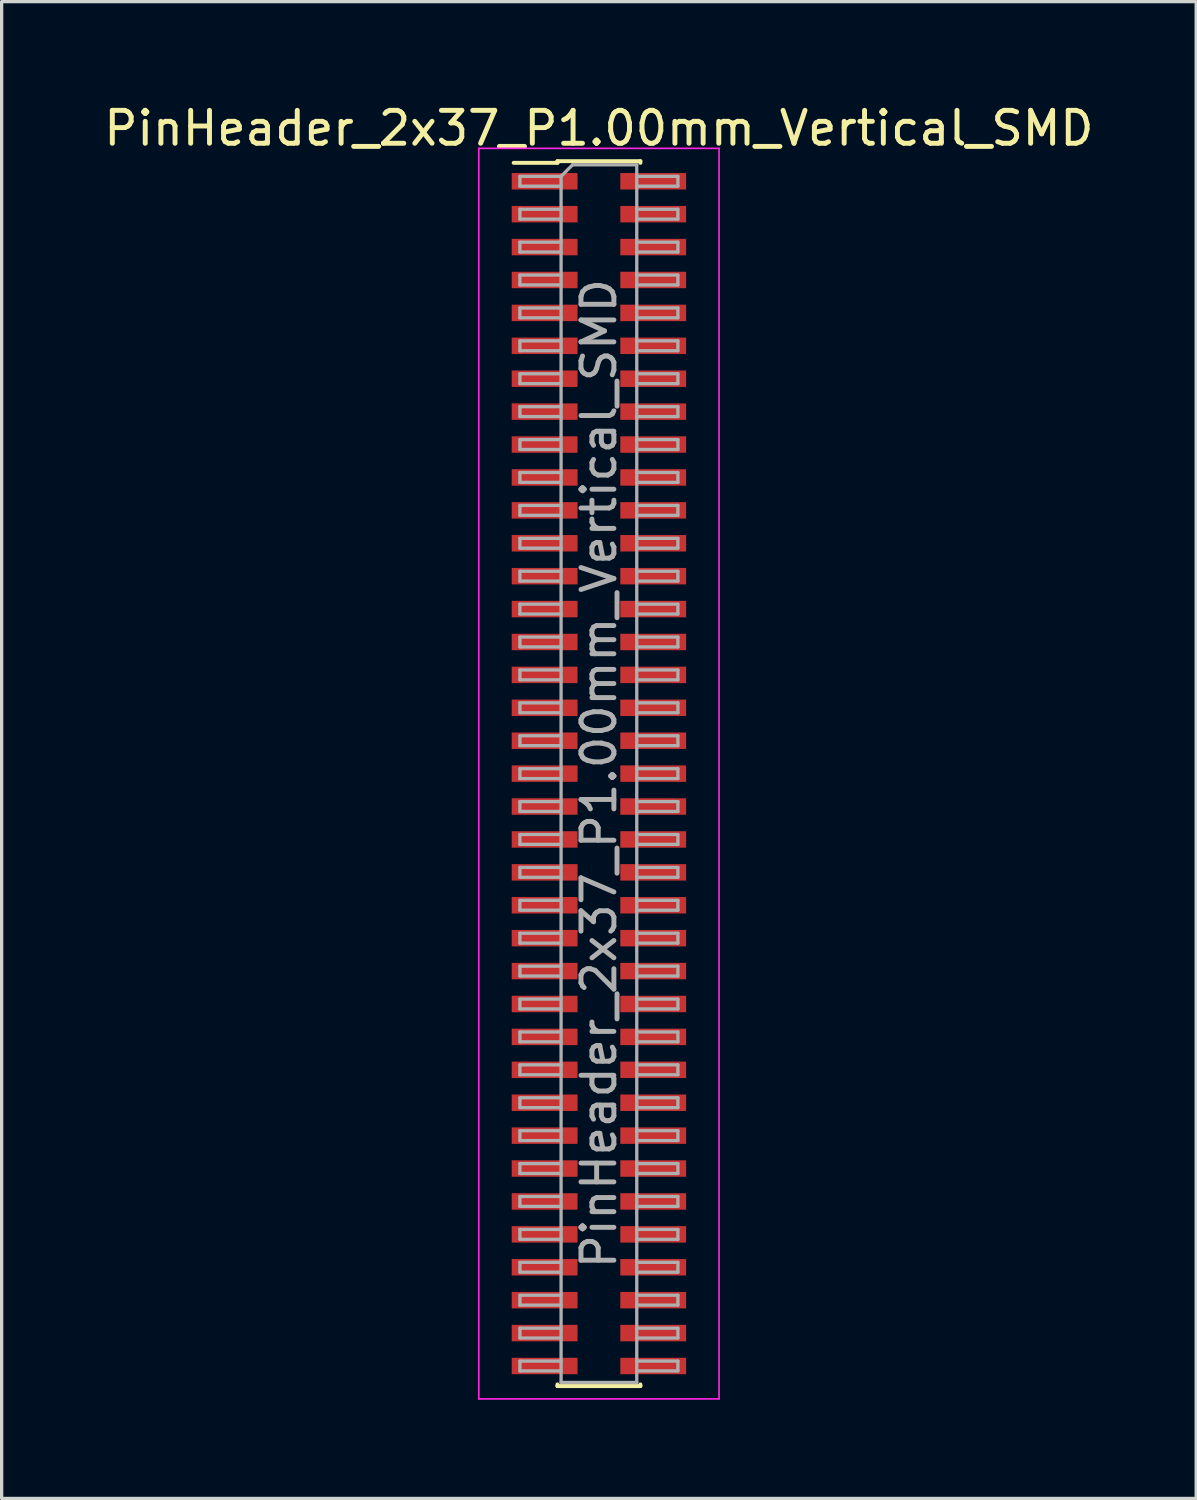
<source format=kicad_pcb>
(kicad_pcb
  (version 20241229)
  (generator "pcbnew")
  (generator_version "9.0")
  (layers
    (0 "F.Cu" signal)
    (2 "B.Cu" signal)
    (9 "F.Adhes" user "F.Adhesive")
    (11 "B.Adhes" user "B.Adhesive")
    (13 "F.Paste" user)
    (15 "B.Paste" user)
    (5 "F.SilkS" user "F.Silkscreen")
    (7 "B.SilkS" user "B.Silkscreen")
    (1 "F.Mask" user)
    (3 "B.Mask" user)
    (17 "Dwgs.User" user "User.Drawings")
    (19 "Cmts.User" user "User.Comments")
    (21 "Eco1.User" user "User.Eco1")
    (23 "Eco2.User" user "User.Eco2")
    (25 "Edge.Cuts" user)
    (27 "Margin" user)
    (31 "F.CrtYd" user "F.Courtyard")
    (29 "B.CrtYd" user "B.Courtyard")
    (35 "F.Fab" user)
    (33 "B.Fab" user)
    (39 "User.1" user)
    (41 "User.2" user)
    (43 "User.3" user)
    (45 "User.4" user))
  (footprint "PinHeader_2x37_P1.00mm_Vertical_SMD"
    (layer "F.Cu")
    (at 15.149 20.458)
    (property "Reference" "PinHeader_2x37_P1.00mm_Vertical_SMD" (at 0 -19.61 0) (layer "F.SilkS") (effects (font (size 1 1) (thickness 0.15))))
    (attr smd)
    (fp_line (start -2.59 -18.56) (end -1.26 -18.56) (stroke (width 0.12) (type solid)) (layer "F.SilkS"))
    (fp_line (start -1.26 -18.61) (end -1.26 -18.56) (stroke (width 0.12) (type solid)) (layer "F.SilkS"))
    (fp_line (start -1.26 -18.61) (end 1.26 -18.61) (stroke (width 0.12) (type solid)) (layer "F.SilkS"))
    (fp_line (start -1.26 18.56) (end -1.26 18.61) (stroke (width 0.12) (type solid)) (layer "F.SilkS"))
    (fp_line (start -1.26 18.61) (end 1.26 18.61) (stroke (width 0.12) (type solid)) (layer "F.SilkS"))
    (fp_line (start 1.26 -18.61) (end 1.26 -18.56) (stroke (width 0.12) (type solid)) (layer "F.SilkS"))
    (fp_line (start 1.26 18.56) (end 1.26 18.61) (stroke (width 0.12) (type solid)) (layer "F.SilkS"))
    (fp_line (start -3.65 -19) (end -3.65 19) (stroke (width 0.05) (type solid)) (layer "F.CrtYd"))
    (fp_line (start -3.65 19) (end 3.65 19) (stroke (width 0.05) (type solid)) (layer "F.CrtYd"))
    (fp_line (start 3.65 -19) (end -3.65 -19) (stroke (width 0.05) (type solid)) (layer "F.CrtYd"))
    (fp_line (start 3.65 19) (end 3.65 -19) (stroke (width 0.05) (type solid)) (layer "F.CrtYd"))
    (fp_line (start -2.4 -18.15) (end -2.4 -17.85) (stroke (width 0.1) (type solid)) (layer "F.Fab"))
    (fp_line (start -2.4 -17.85) (end -1.15 -17.85) (stroke (width 0.1) (type solid)) (layer "F.Fab"))
    (fp_line (start -2.4 -17.15) (end -2.4 -16.85) (stroke (width 0.1) (type solid)) (layer "F.Fab"))
    (fp_line (start -2.4 -16.85) (end -1.15 -16.85) (stroke (width 0.1) (type solid)) (layer "F.Fab"))
    (fp_line (start -2.4 -16.15) (end -2.4 -15.85) (stroke (width 0.1) (type solid)) (layer "F.Fab"))
    (fp_line (start -2.4 -15.85) (end -1.15 -15.85) (stroke (width 0.1) (type solid)) (layer "F.Fab"))
    (fp_line (start -2.4 -15.15) (end -2.4 -14.85) (stroke (width 0.1) (type solid)) (layer "F.Fab"))
    (fp_line (start -2.4 -14.85) (end -1.15 -14.85) (stroke (width 0.1) (type solid)) (layer "F.Fab"))
    (fp_line (start -2.4 -14.15) (end -2.4 -13.85) (stroke (width 0.1) (type solid)) (layer "F.Fab"))
    (fp_line (start -2.4 -13.85) (end -1.15 -13.85) (stroke (width 0.1) (type solid)) (layer "F.Fab"))
    (fp_line (start -2.4 -13.15) (end -2.4 -12.85) (stroke (width 0.1) (type solid)) (layer "F.Fab"))
    (fp_line (start -2.4 -12.85) (end -1.15 -12.85) (stroke (width 0.1) (type solid)) (layer "F.Fab"))
    (fp_line (start -2.4 -12.15) (end -2.4 -11.85) (stroke (width 0.1) (type solid)) (layer "F.Fab"))
    (fp_line (start -2.4 -11.85) (end -1.15 -11.85) (stroke (width 0.1) (type solid)) (layer "F.Fab"))
    (fp_line (start -2.4 -11.15) (end -2.4 -10.85) (stroke (width 0.1) (type solid)) (layer "F.Fab"))
    (fp_line (start -2.4 -10.85) (end -1.15 -10.85) (stroke (width 0.1) (type solid)) (layer "F.Fab"))
    (fp_line (start -2.4 -10.15) (end -2.4 -9.85) (stroke (width 0.1) (type solid)) (layer "F.Fab"))
    (fp_line (start -2.4 -9.85) (end -1.15 -9.85) (stroke (width 0.1) (type solid)) (layer "F.Fab"))
    (fp_line (start -2.4 -9.15) (end -2.4 -8.85) (stroke (width 0.1) (type solid)) (layer "F.Fab"))
    (fp_line (start -2.4 -8.85) (end -1.15 -8.85) (stroke (width 0.1) (type solid)) (layer "F.Fab"))
    (fp_line (start -2.4 -8.15) (end -2.4 -7.85) (stroke (width 0.1) (type solid)) (layer "F.Fab"))
    (fp_line (start -2.4 -7.85) (end -1.15 -7.85) (stroke (width 0.1) (type solid)) (layer "F.Fab"))
    (fp_line (start -2.4 -7.15) (end -2.4 -6.85) (stroke (width 0.1) (type solid)) (layer "F.Fab"))
    (fp_line (start -2.4 -6.85) (end -1.15 -6.85) (stroke (width 0.1) (type solid)) (layer "F.Fab"))
    (fp_line (start -2.4 -6.15) (end -2.4 -5.85) (stroke (width 0.1) (type solid)) (layer "F.Fab"))
    (fp_line (start -2.4 -5.85) (end -1.15 -5.85) (stroke (width 0.1) (type solid)) (layer "F.Fab"))
    (fp_line (start -2.4 -5.15) (end -2.4 -4.85) (stroke (width 0.1) (type solid)) (layer "F.Fab"))
    (fp_line (start -2.4 -4.85) (end -1.15 -4.85) (stroke (width 0.1) (type solid)) (layer "F.Fab"))
    (fp_line (start -2.4 -4.15) (end -2.4 -3.85) (stroke (width 0.1) (type solid)) (layer "F.Fab"))
    (fp_line (start -2.4 -3.85) (end -1.15 -3.85) (stroke (width 0.1) (type solid)) (layer "F.Fab"))
    (fp_line (start -2.4 -3.15) (end -2.4 -2.85) (stroke (width 0.1) (type solid)) (layer "F.Fab"))
    (fp_line (start -2.4 -2.85) (end -1.15 -2.85) (stroke (width 0.1) (type solid)) (layer "F.Fab"))
    (fp_line (start -2.4 -2.15) (end -2.4 -1.85) (stroke (width 0.1) (type solid)) (layer "F.Fab"))
    (fp_line (start -2.4 -1.85) (end -1.15 -1.85) (stroke (width 0.1) (type solid)) (layer "F.Fab"))
    (fp_line (start -2.4 -1.15) (end -2.4 -0.85) (stroke (width 0.1) (type solid)) (layer "F.Fab"))
    (fp_line (start -2.4 -0.85) (end -1.15 -0.85) (stroke (width 0.1) (type solid)) (layer "F.Fab"))
    (fp_line (start -2.4 -0.15) (end -2.4 0.15) (stroke (width 0.1) (type solid)) (layer "F.Fab"))
    (fp_line (start -2.4 0.15) (end -1.15 0.15) (stroke (width 0.1) (type solid)) (layer "F.Fab"))
    (fp_line (start -2.4 0.85) (end -2.4 1.15) (stroke (width 0.1) (type solid)) (layer "F.Fab"))
    (fp_line (start -2.4 1.15) (end -1.15 1.15) (stroke (width 0.1) (type solid)) (layer "F.Fab"))
    (fp_line (start -2.4 1.85) (end -2.4 2.15) (stroke (width 0.1) (type solid)) (layer "F.Fab"))
    (fp_line (start -2.4 2.15) (end -1.15 2.15) (stroke (width 0.1) (type solid)) (layer "F.Fab"))
    (fp_line (start -2.4 2.85) (end -2.4 3.15) (stroke (width 0.1) (type solid)) (layer "F.Fab"))
    (fp_line (start -2.4 3.15) (end -1.15 3.15) (stroke (width 0.1) (type solid)) (layer "F.Fab"))
    (fp_line (start -2.4 3.85) (end -2.4 4.15) (stroke (width 0.1) (type solid)) (layer "F.Fab"))
    (fp_line (start -2.4 4.15) (end -1.15 4.15) (stroke (width 0.1) (type solid)) (layer "F.Fab"))
    (fp_line (start -2.4 4.85) (end -2.4 5.15) (stroke (width 0.1) (type solid)) (layer "F.Fab"))
    (fp_line (start -2.4 5.15) (end -1.15 5.15) (stroke (width 0.1) (type solid)) (layer "F.Fab"))
    (fp_line (start -2.4 5.85) (end -2.4 6.15) (stroke (width 0.1) (type solid)) (layer "F.Fab"))
    (fp_line (start -2.4 6.15) (end -1.15 6.15) (stroke (width 0.1) (type solid)) (layer "F.Fab"))
    (fp_line (start -2.4 6.85) (end -2.4 7.15) (stroke (width 0.1) (type solid)) (layer "F.Fab"))
    (fp_line (start -2.4 7.15) (end -1.15 7.15) (stroke (width 0.1) (type solid)) (layer "F.Fab"))
    (fp_line (start -2.4 7.85) (end -2.4 8.15) (stroke (width 0.1) (type solid)) (layer "F.Fab"))
    (fp_line (start -2.4 8.15) (end -1.15 8.15) (stroke (width 0.1) (type solid)) (layer "F.Fab"))
    (fp_line (start -2.4 8.85) (end -2.4 9.15) (stroke (width 0.1) (type solid)) (layer "F.Fab"))
    (fp_line (start -2.4 9.15) (end -1.15 9.15) (stroke (width 0.1) (type solid)) (layer "F.Fab"))
    (fp_line (start -2.4 9.85) (end -2.4 10.15) (stroke (width 0.1) (type solid)) (layer "F.Fab"))
    (fp_line (start -2.4 10.15) (end -1.15 10.15) (stroke (width 0.1) (type solid)) (layer "F.Fab"))
    (fp_line (start -2.4 10.85) (end -2.4 11.15) (stroke (width 0.1) (type solid)) (layer "F.Fab"))
    (fp_line (start -2.4 11.15) (end -1.15 11.15) (stroke (width 0.1) (type solid)) (layer "F.Fab"))
    (fp_line (start -2.4 11.85) (end -2.4 12.15) (stroke (width 0.1) (type solid)) (layer "F.Fab"))
    (fp_line (start -2.4 12.15) (end -1.15 12.15) (stroke (width 0.1) (type solid)) (layer "F.Fab"))
    (fp_line (start -2.4 12.85) (end -2.4 13.15) (stroke (width 0.1) (type solid)) (layer "F.Fab"))
    (fp_line (start -2.4 13.15) (end -1.15 13.15) (stroke (width 0.1) (type solid)) (layer "F.Fab"))
    (fp_line (start -2.4 13.85) (end -2.4 14.15) (stroke (width 0.1) (type solid)) (layer "F.Fab"))
    (fp_line (start -2.4 14.15) (end -1.15 14.15) (stroke (width 0.1) (type solid)) (layer "F.Fab"))
    (fp_line (start -2.4 14.85) (end -2.4 15.15) (stroke (width 0.1) (type solid)) (layer "F.Fab"))
    (fp_line (start -2.4 15.15) (end -1.15 15.15) (stroke (width 0.1) (type solid)) (layer "F.Fab"))
    (fp_line (start -2.4 15.85) (end -2.4 16.15) (stroke (width 0.1) (type solid)) (layer "F.Fab"))
    (fp_line (start -2.4 16.15) (end -1.15 16.15) (stroke (width 0.1) (type solid)) (layer "F.Fab"))
    (fp_line (start -2.4 16.85) (end -2.4 17.15) (stroke (width 0.1) (type solid)) (layer "F.Fab"))
    (fp_line (start -2.4 17.15) (end -1.15 17.15) (stroke (width 0.1) (type solid)) (layer "F.Fab"))
    (fp_line (start -2.4 17.85) (end -2.4 18.15) (stroke (width 0.1) (type solid)) (layer "F.Fab"))
    (fp_line (start -2.4 18.15) (end -1.15 18.15) (stroke (width 0.1) (type solid)) (layer "F.Fab"))
    (fp_line (start -1.15 -18.15) (end -2.4 -18.15) (stroke (width 0.1) (type solid)) (layer "F.Fab"))
    (fp_line (start -1.15 -18.15) (end -0.8 -18.5) (stroke (width 0.1) (type solid)) (layer "F.Fab"))
    (fp_line (start -1.15 -17.15) (end -2.4 -17.15) (stroke (width 0.1) (type solid)) (layer "F.Fab"))
    (fp_line (start -1.15 -16.15) (end -2.4 -16.15) (stroke (width 0.1) (type solid)) (layer "F.Fab"))
    (fp_line (start -1.15 -15.15) (end -2.4 -15.15) (stroke (width 0.1) (type solid)) (layer "F.Fab"))
    (fp_line (start -1.15 -14.15) (end -2.4 -14.15) (stroke (width 0.1) (type solid)) (layer "F.Fab"))
    (fp_line (start -1.15 -13.15) (end -2.4 -13.15) (stroke (width 0.1) (type solid)) (layer "F.Fab"))
    (fp_line (start -1.15 -12.15) (end -2.4 -12.15) (stroke (width 0.1) (type solid)) (layer "F.Fab"))
    (fp_line (start -1.15 -11.15) (end -2.4 -11.15) (stroke (width 0.1) (type solid)) (layer "F.Fab"))
    (fp_line (start -1.15 -10.15) (end -2.4 -10.15) (stroke (width 0.1) (type solid)) (layer "F.Fab"))
    (fp_line (start -1.15 -9.15) (end -2.4 -9.15) (stroke (width 0.1) (type solid)) (layer "F.Fab"))
    (fp_line (start -1.15 -8.15) (end -2.4 -8.15) (stroke (width 0.1) (type solid)) (layer "F.Fab"))
    (fp_line (start -1.15 -7.15) (end -2.4 -7.15) (stroke (width 0.1) (type solid)) (layer "F.Fab"))
    (fp_line (start -1.15 -6.15) (end -2.4 -6.15) (stroke (width 0.1) (type solid)) (layer "F.Fab"))
    (fp_line (start -1.15 -5.15) (end -2.4 -5.15) (stroke (width 0.1) (type solid)) (layer "F.Fab"))
    (fp_line (start -1.15 -4.15) (end -2.4 -4.15) (stroke (width 0.1) (type solid)) (layer "F.Fab"))
    (fp_line (start -1.15 -3.15) (end -2.4 -3.15) (stroke (width 0.1) (type solid)) (layer "F.Fab"))
    (fp_line (start -1.15 -2.15) (end -2.4 -2.15) (stroke (width 0.1) (type solid)) (layer "F.Fab"))
    (fp_line (start -1.15 -1.15) (end -2.4 -1.15) (stroke (width 0.1) (type solid)) (layer "F.Fab"))
    (fp_line (start -1.15 -0.15) (end -2.4 -0.15) (stroke (width 0.1) (type solid)) (layer "F.Fab"))
    (fp_line (start -1.15 0.85) (end -2.4 0.85) (stroke (width 0.1) (type solid)) (layer "F.Fab"))
    (fp_line (start -1.15 1.85) (end -2.4 1.85) (stroke (width 0.1) (type solid)) (layer "F.Fab"))
    (fp_line (start -1.15 2.85) (end -2.4 2.85) (stroke (width 0.1) (type solid)) (layer "F.Fab"))
    (fp_line (start -1.15 3.85) (end -2.4 3.85) (stroke (width 0.1) (type solid)) (layer "F.Fab"))
    (fp_line (start -1.15 4.85) (end -2.4 4.85) (stroke (width 0.1) (type solid)) (layer "F.Fab"))
    (fp_line (start -1.15 5.85) (end -2.4 5.85) (stroke (width 0.1) (type solid)) (layer "F.Fab"))
    (fp_line (start -1.15 6.85) (end -2.4 6.85) (stroke (width 0.1) (type solid)) (layer "F.Fab"))
    (fp_line (start -1.15 7.85) (end -2.4 7.85) (stroke (width 0.1) (type solid)) (layer "F.Fab"))
    (fp_line (start -1.15 8.85) (end -2.4 8.85) (stroke (width 0.1) (type solid)) (layer "F.Fab"))
    (fp_line (start -1.15 9.85) (end -2.4 9.85) (stroke (width 0.1) (type solid)) (layer "F.Fab"))
    (fp_line (start -1.15 10.85) (end -2.4 10.85) (stroke (width 0.1) (type solid)) (layer "F.Fab"))
    (fp_line (start -1.15 11.85) (end -2.4 11.85) (stroke (width 0.1) (type solid)) (layer "F.Fab"))
    (fp_line (start -1.15 12.85) (end -2.4 12.85) (stroke (width 0.1) (type solid)) (layer "F.Fab"))
    (fp_line (start -1.15 13.85) (end -2.4 13.85) (stroke (width 0.1) (type solid)) (layer "F.Fab"))
    (fp_line (start -1.15 14.85) (end -2.4 14.85) (stroke (width 0.1) (type solid)) (layer "F.Fab"))
    (fp_line (start -1.15 15.85) (end -2.4 15.85) (stroke (width 0.1) (type solid)) (layer "F.Fab"))
    (fp_line (start -1.15 16.85) (end -2.4 16.85) (stroke (width 0.1) (type solid)) (layer "F.Fab"))
    (fp_line (start -1.15 17.85) (end -2.4 17.85) (stroke (width 0.1) (type solid)) (layer "F.Fab"))
    (fp_line (start -1.15 18.5) (end -1.15 -18.15) (stroke (width 0.1) (type solid)) (layer "F.Fab"))
    (fp_line (start -0.8 -18.5) (end 1.15 -18.5) (stroke (width 0.1) (type solid)) (layer "F.Fab"))
    (fp_line (start 1.15 -18.5) (end 1.15 18.5) (stroke (width 0.1) (type solid)) (layer "F.Fab"))
    (fp_line (start 1.15 -18.15) (end 2.4 -18.15) (stroke (width 0.1) (type solid)) (layer "F.Fab"))
    (fp_line (start 1.15 -17.15) (end 2.4 -17.15) (stroke (width 0.1) (type solid)) (layer "F.Fab"))
    (fp_line (start 1.15 -16.15) (end 2.4 -16.15) (stroke (width 0.1) (type solid)) (layer "F.Fab"))
    (fp_line (start 1.15 -15.15) (end 2.4 -15.15) (stroke (width 0.1) (type solid)) (layer "F.Fab"))
    (fp_line (start 1.15 -14.15) (end 2.4 -14.15) (stroke (width 0.1) (type solid)) (layer "F.Fab"))
    (fp_line (start 1.15 -13.15) (end 2.4 -13.15) (stroke (width 0.1) (type solid)) (layer "F.Fab"))
    (fp_line (start 1.15 -12.15) (end 2.4 -12.15) (stroke (width 0.1) (type solid)) (layer "F.Fab"))
    (fp_line (start 1.15 -11.15) (end 2.4 -11.15) (stroke (width 0.1) (type solid)) (layer "F.Fab"))
    (fp_line (start 1.15 -10.15) (end 2.4 -10.15) (stroke (width 0.1) (type solid)) (layer "F.Fab"))
    (fp_line (start 1.15 -9.15) (end 2.4 -9.15) (stroke (width 0.1) (type solid)) (layer "F.Fab"))
    (fp_line (start 1.15 -8.15) (end 2.4 -8.15) (stroke (width 0.1) (type solid)) (layer "F.Fab"))
    (fp_line (start 1.15 -7.15) (end 2.4 -7.15) (stroke (width 0.1) (type solid)) (layer "F.Fab"))
    (fp_line (start 1.15 -6.15) (end 2.4 -6.15) (stroke (width 0.1) (type solid)) (layer "F.Fab"))
    (fp_line (start 1.15 -5.15) (end 2.4 -5.15) (stroke (width 0.1) (type solid)) (layer "F.Fab"))
    (fp_line (start 1.15 -4.15) (end 2.4 -4.15) (stroke (width 0.1) (type solid)) (layer "F.Fab"))
    (fp_line (start 1.15 -3.15) (end 2.4 -3.15) (stroke (width 0.1) (type solid)) (layer "F.Fab"))
    (fp_line (start 1.15 -2.15) (end 2.4 -2.15) (stroke (width 0.1) (type solid)) (layer "F.Fab"))
    (fp_line (start 1.15 -1.15) (end 2.4 -1.15) (stroke (width 0.1) (type solid)) (layer "F.Fab"))
    (fp_line (start 1.15 -0.15) (end 2.4 -0.15) (stroke (width 0.1) (type solid)) (layer "F.Fab"))
    (fp_line (start 1.15 0.85) (end 2.4 0.85) (stroke (width 0.1) (type solid)) (layer "F.Fab"))
    (fp_line (start 1.15 1.85) (end 2.4 1.85) (stroke (width 0.1) (type solid)) (layer "F.Fab"))
    (fp_line (start 1.15 2.85) (end 2.4 2.85) (stroke (width 0.1) (type solid)) (layer "F.Fab"))
    (fp_line (start 1.15 3.85) (end 2.4 3.85) (stroke (width 0.1) (type solid)) (layer "F.Fab"))
    (fp_line (start 1.15 4.85) (end 2.4 4.85) (stroke (width 0.1) (type solid)) (layer "F.Fab"))
    (fp_line (start 1.15 5.85) (end 2.4 5.85) (stroke (width 0.1) (type solid)) (layer "F.Fab"))
    (fp_line (start 1.15 6.85) (end 2.4 6.85) (stroke (width 0.1) (type solid)) (layer "F.Fab"))
    (fp_line (start 1.15 7.85) (end 2.4 7.85) (stroke (width 0.1) (type solid)) (layer "F.Fab"))
    (fp_line (start 1.15 8.85) (end 2.4 8.85) (stroke (width 0.1) (type solid)) (layer "F.Fab"))
    (fp_line (start 1.15 9.85) (end 2.4 9.85) (stroke (width 0.1) (type solid)) (layer "F.Fab"))
    (fp_line (start 1.15 10.85) (end 2.4 10.85) (stroke (width 0.1) (type solid)) (layer "F.Fab"))
    (fp_line (start 1.15 11.85) (end 2.4 11.85) (stroke (width 0.1) (type solid)) (layer "F.Fab"))
    (fp_line (start 1.15 12.85) (end 2.4 12.85) (stroke (width 0.1) (type solid)) (layer "F.Fab"))
    (fp_line (start 1.15 13.85) (end 2.4 13.85) (stroke (width 0.1) (type solid)) (layer "F.Fab"))
    (fp_line (start 1.15 14.85) (end 2.4 14.85) (stroke (width 0.1) (type solid)) (layer "F.Fab"))
    (fp_line (start 1.15 15.85) (end 2.4 15.85) (stroke (width 0.1) (type solid)) (layer "F.Fab"))
    (fp_line (start 1.15 16.85) (end 2.4 16.85) (stroke (width 0.1) (type solid)) (layer "F.Fab"))
    (fp_line (start 1.15 17.85) (end 2.4 17.85) (stroke (width 0.1) (type solid)) (layer "F.Fab"))
    (fp_line (start 1.15 18.5) (end -1.15 18.5) (stroke (width 0.1) (type solid)) (layer "F.Fab"))
    (fp_line (start 2.4 -18.15) (end 2.4 -17.85) (stroke (width 0.1) (type solid)) (layer "F.Fab"))
    (fp_line (start 2.4 -17.85) (end 1.15 -17.85) (stroke (width 0.1) (type solid)) (layer "F.Fab"))
    (fp_line (start 2.4 -17.15) (end 2.4 -16.85) (stroke (width 0.1) (type solid)) (layer "F.Fab"))
    (fp_line (start 2.4 -16.85) (end 1.15 -16.85) (stroke (width 0.1) (type solid)) (layer "F.Fab"))
    (fp_line (start 2.4 -16.15) (end 2.4 -15.85) (stroke (width 0.1) (type solid)) (layer "F.Fab"))
    (fp_line (start 2.4 -15.85) (end 1.15 -15.85) (stroke (width 0.1) (type solid)) (layer "F.Fab"))
    (fp_line (start 2.4 -15.15) (end 2.4 -14.85) (stroke (width 0.1) (type solid)) (layer "F.Fab"))
    (fp_line (start 2.4 -14.85) (end 1.15 -14.85) (stroke (width 0.1) (type solid)) (layer "F.Fab"))
    (fp_line (start 2.4 -14.15) (end 2.4 -13.85) (stroke (width 0.1) (type solid)) (layer "F.Fab"))
    (fp_line (start 2.4 -13.85) (end 1.15 -13.85) (stroke (width 0.1) (type solid)) (layer "F.Fab"))
    (fp_line (start 2.4 -13.15) (end 2.4 -12.85) (stroke (width 0.1) (type solid)) (layer "F.Fab"))
    (fp_line (start 2.4 -12.85) (end 1.15 -12.85) (stroke (width 0.1) (type solid)) (layer "F.Fab"))
    (fp_line (start 2.4 -12.15) (end 2.4 -11.85) (stroke (width 0.1) (type solid)) (layer "F.Fab"))
    (fp_line (start 2.4 -11.85) (end 1.15 -11.85) (stroke (width 0.1) (type solid)) (layer "F.Fab"))
    (fp_line (start 2.4 -11.15) (end 2.4 -10.85) (stroke (width 0.1) (type solid)) (layer "F.Fab"))
    (fp_line (start 2.4 -10.85) (end 1.15 -10.85) (stroke (width 0.1) (type solid)) (layer "F.Fab"))
    (fp_line (start 2.4 -10.15) (end 2.4 -9.85) (stroke (width 0.1) (type solid)) (layer "F.Fab"))
    (fp_line (start 2.4 -9.85) (end 1.15 -9.85) (stroke (width 0.1) (type solid)) (layer "F.Fab"))
    (fp_line (start 2.4 -9.15) (end 2.4 -8.85) (stroke (width 0.1) (type solid)) (layer "F.Fab"))
    (fp_line (start 2.4 -8.85) (end 1.15 -8.85) (stroke (width 0.1) (type solid)) (layer "F.Fab"))
    (fp_line (start 2.4 -8.15) (end 2.4 -7.85) (stroke (width 0.1) (type solid)) (layer "F.Fab"))
    (fp_line (start 2.4 -7.85) (end 1.15 -7.85) (stroke (width 0.1) (type solid)) (layer "F.Fab"))
    (fp_line (start 2.4 -7.15) (end 2.4 -6.85) (stroke (width 0.1) (type solid)) (layer "F.Fab"))
    (fp_line (start 2.4 -6.85) (end 1.15 -6.85) (stroke (width 0.1) (type solid)) (layer "F.Fab"))
    (fp_line (start 2.4 -6.15) (end 2.4 -5.85) (stroke (width 0.1) (type solid)) (layer "F.Fab"))
    (fp_line (start 2.4 -5.85) (end 1.15 -5.85) (stroke (width 0.1) (type solid)) (layer "F.Fab"))
    (fp_line (start 2.4 -5.15) (end 2.4 -4.85) (stroke (width 0.1) (type solid)) (layer "F.Fab"))
    (fp_line (start 2.4 -4.85) (end 1.15 -4.85) (stroke (width 0.1) (type solid)) (layer "F.Fab"))
    (fp_line (start 2.4 -4.15) (end 2.4 -3.85) (stroke (width 0.1) (type solid)) (layer "F.Fab"))
    (fp_line (start 2.4 -3.85) (end 1.15 -3.85) (stroke (width 0.1) (type solid)) (layer "F.Fab"))
    (fp_line (start 2.4 -3.15) (end 2.4 -2.85) (stroke (width 0.1) (type solid)) (layer "F.Fab"))
    (fp_line (start 2.4 -2.85) (end 1.15 -2.85) (stroke (width 0.1) (type solid)) (layer "F.Fab"))
    (fp_line (start 2.4 -2.15) (end 2.4 -1.85) (stroke (width 0.1) (type solid)) (layer "F.Fab"))
    (fp_line (start 2.4 -1.85) (end 1.15 -1.85) (stroke (width 0.1) (type solid)) (layer "F.Fab"))
    (fp_line (start 2.4 -1.15) (end 2.4 -0.85) (stroke (width 0.1) (type solid)) (layer "F.Fab"))
    (fp_line (start 2.4 -0.85) (end 1.15 -0.85) (stroke (width 0.1) (type solid)) (layer "F.Fab"))
    (fp_line (start 2.4 -0.15) (end 2.4 0.15) (stroke (width 0.1) (type solid)) (layer "F.Fab"))
    (fp_line (start 2.4 0.15) (end 1.15 0.15) (stroke (width 0.1) (type solid)) (layer "F.Fab"))
    (fp_line (start 2.4 0.85) (end 2.4 1.15) (stroke (width 0.1) (type solid)) (layer "F.Fab"))
    (fp_line (start 2.4 1.15) (end 1.15 1.15) (stroke (width 0.1) (type solid)) (layer "F.Fab"))
    (fp_line (start 2.4 1.85) (end 2.4 2.15) (stroke (width 0.1) (type solid)) (layer "F.Fab"))
    (fp_line (start 2.4 2.15) (end 1.15 2.15) (stroke (width 0.1) (type solid)) (layer "F.Fab"))
    (fp_line (start 2.4 2.85) (end 2.4 3.15) (stroke (width 0.1) (type solid)) (layer "F.Fab"))
    (fp_line (start 2.4 3.15) (end 1.15 3.15) (stroke (width 0.1) (type solid)) (layer "F.Fab"))
    (fp_line (start 2.4 3.85) (end 2.4 4.15) (stroke (width 0.1) (type solid)) (layer "F.Fab"))
    (fp_line (start 2.4 4.15) (end 1.15 4.15) (stroke (width 0.1) (type solid)) (layer "F.Fab"))
    (fp_line (start 2.4 4.85) (end 2.4 5.15) (stroke (width 0.1) (type solid)) (layer "F.Fab"))
    (fp_line (start 2.4 5.15) (end 1.15 5.15) (stroke (width 0.1) (type solid)) (layer "F.Fab"))
    (fp_line (start 2.4 5.85) (end 2.4 6.15) (stroke (width 0.1) (type solid)) (layer "F.Fab"))
    (fp_line (start 2.4 6.15) (end 1.15 6.15) (stroke (width 0.1) (type solid)) (layer "F.Fab"))
    (fp_line (start 2.4 6.85) (end 2.4 7.15) (stroke (width 0.1) (type solid)) (layer "F.Fab"))
    (fp_line (start 2.4 7.15) (end 1.15 7.15) (stroke (width 0.1) (type solid)) (layer "F.Fab"))
    (fp_line (start 2.4 7.85) (end 2.4 8.15) (stroke (width 0.1) (type solid)) (layer "F.Fab"))
    (fp_line (start 2.4 8.15) (end 1.15 8.15) (stroke (width 0.1) (type solid)) (layer "F.Fab"))
    (fp_line (start 2.4 8.85) (end 2.4 9.15) (stroke (width 0.1) (type solid)) (layer "F.Fab"))
    (fp_line (start 2.4 9.15) (end 1.15 9.15) (stroke (width 0.1) (type solid)) (layer "F.Fab"))
    (fp_line (start 2.4 9.85) (end 2.4 10.15) (stroke (width 0.1) (type solid)) (layer "F.Fab"))
    (fp_line (start 2.4 10.15) (end 1.15 10.15) (stroke (width 0.1) (type solid)) (layer "F.Fab"))
    (fp_line (start 2.4 10.85) (end 2.4 11.15) (stroke (width 0.1) (type solid)) (layer "F.Fab"))
    (fp_line (start 2.4 11.15) (end 1.15 11.15) (stroke (width 0.1) (type solid)) (layer "F.Fab"))
    (fp_line (start 2.4 11.85) (end 2.4 12.15) (stroke (width 0.1) (type solid)) (layer "F.Fab"))
    (fp_line (start 2.4 12.15) (end 1.15 12.15) (stroke (width 0.1) (type solid)) (layer "F.Fab"))
    (fp_line (start 2.4 12.85) (end 2.4 13.15) (stroke (width 0.1) (type solid)) (layer "F.Fab"))
    (fp_line (start 2.4 13.15) (end 1.15 13.15) (stroke (width 0.1) (type solid)) (layer "F.Fab"))
    (fp_line (start 2.4 13.85) (end 2.4 14.15) (stroke (width 0.1) (type solid)) (layer "F.Fab"))
    (fp_line (start 2.4 14.15) (end 1.15 14.15) (stroke (width 0.1) (type solid)) (layer "F.Fab"))
    (fp_line (start 2.4 14.85) (end 2.4 15.15) (stroke (width 0.1) (type solid)) (layer "F.Fab"))
    (fp_line (start 2.4 15.15) (end 1.15 15.15) (stroke (width 0.1) (type solid)) (layer "F.Fab"))
    (fp_line (start 2.4 15.85) (end 2.4 16.15) (stroke (width 0.1) (type solid)) (layer "F.Fab"))
    (fp_line (start 2.4 16.15) (end 1.15 16.15) (stroke (width 0.1) (type solid)) (layer "F.Fab"))
    (fp_line (start 2.4 16.85) (end 2.4 17.15) (stroke (width 0.1) (type solid)) (layer "F.Fab"))
    (fp_line (start 2.4 17.15) (end 1.15 17.15) (stroke (width 0.1) (type solid)) (layer "F.Fab"))
    (fp_line (start 2.4 17.85) (end 2.4 18.15) (stroke (width 0.1) (type solid)) (layer "F.Fab"))
    (fp_line (start 2.4 18.15) (end 1.15 18.15) (stroke (width 0.1) (type solid)) (layer "F.Fab"))
    (fp_text user "${REFERENCE}" (at 0 0 90) (layer "F.Fab") (effects (font (size 1 1) (thickness 0.15))))
    (pad "1" smd rect (at -1.65 -18) (size 2 0.5) (layers "F.Cu" "F.Mask" "F.Paste"))
    (pad "2" smd rect (at 1.65 -18) (size 2 0.5) (layers "F.Cu" "F.Mask" "F.Paste"))
    (pad "3" smd rect (at -1.65 -17) (size 2 0.5) (layers "F.Cu" "F.Mask" "F.Paste"))
    (pad "4" smd rect (at 1.65 -17) (size 2 0.5) (layers "F.Cu" "F.Mask" "F.Paste"))
    (pad "5" smd rect (at -1.65 -16) (size 2 0.5) (layers "F.Cu" "F.Mask" "F.Paste"))
    (pad "6" smd rect (at 1.65 -16) (size 2 0.5) (layers "F.Cu" "F.Mask" "F.Paste"))
    (pad "7" smd rect (at -1.65 -15) (size 2 0.5) (layers "F.Cu" "F.Mask" "F.Paste"))
    (pad "8" smd rect (at 1.65 -15) (size 2 0.5) (layers "F.Cu" "F.Mask" "F.Paste"))
    (pad "9" smd rect (at -1.65 -14) (size 2 0.5) (layers "F.Cu" "F.Mask" "F.Paste"))
    (pad "10" smd rect (at 1.65 -14) (size 2 0.5) (layers "F.Cu" "F.Mask" "F.Paste"))
    (pad "11" smd rect (at -1.65 -13) (size 2 0.5) (layers "F.Cu" "F.Mask" "F.Paste"))
    (pad "12" smd rect (at 1.65 -13) (size 2 0.5) (layers "F.Cu" "F.Mask" "F.Paste"))
    (pad "13" smd rect (at -1.65 -12) (size 2 0.5) (layers "F.Cu" "F.Mask" "F.Paste"))
    (pad "14" smd rect (at 1.65 -12) (size 2 0.5) (layers "F.Cu" "F.Mask" "F.Paste"))
    (pad "15" smd rect (at -1.65 -11) (size 2 0.5) (layers "F.Cu" "F.Mask" "F.Paste"))
    (pad "16" smd rect (at 1.65 -11) (size 2 0.5) (layers "F.Cu" "F.Mask" "F.Paste"))
    (pad "17" smd rect (at -1.65 -10) (size 2 0.5) (layers "F.Cu" "F.Mask" "F.Paste"))
    (pad "18" smd rect (at 1.65 -10) (size 2 0.5) (layers "F.Cu" "F.Mask" "F.Paste"))
    (pad "19" smd rect (at -1.65 -9) (size 2 0.5) (layers "F.Cu" "F.Mask" "F.Paste"))
    (pad "20" smd rect (at 1.65 -9) (size 2 0.5) (layers "F.Cu" "F.Mask" "F.Paste"))
    (pad "21" smd rect (at -1.65 -8) (size 2 0.5) (layers "F.Cu" "F.Mask" "F.Paste"))
    (pad "22" smd rect (at 1.65 -8) (size 2 0.5) (layers "F.Cu" "F.Mask" "F.Paste"))
    (pad "23" smd rect (at -1.65 -7) (size 2 0.5) (layers "F.Cu" "F.Mask" "F.Paste"))
    (pad "24" smd rect (at 1.65 -7) (size 2 0.5) (layers "F.Cu" "F.Mask" "F.Paste"))
    (pad "25" smd rect (at -1.65 -6) (size 2 0.5) (layers "F.Cu" "F.Mask" "F.Paste"))
    (pad "26" smd rect (at 1.65 -6) (size 2 0.5) (layers "F.Cu" "F.Mask" "F.Paste"))
    (pad "27" smd rect (at -1.65 -5) (size 2 0.5) (layers "F.Cu" "F.Mask" "F.Paste"))
    (pad "28" smd rect (at 1.65 -5) (size 2 0.5) (layers "F.Cu" "F.Mask" "F.Paste"))
    (pad "29" smd rect (at -1.65 -4) (size 2 0.5) (layers "F.Cu" "F.Mask" "F.Paste"))
    (pad "30" smd rect (at 1.65 -4) (size 2 0.5) (layers "F.Cu" "F.Mask" "F.Paste"))
    (pad "31" smd rect (at -1.65 -3) (size 2 0.5) (layers "F.Cu" "F.Mask" "F.Paste"))
    (pad "32" smd rect (at 1.65 -3) (size 2 0.5) (layers "F.Cu" "F.Mask" "F.Paste"))
    (pad "33" smd rect (at -1.65 -2) (size 2 0.5) (layers "F.Cu" "F.Mask" "F.Paste"))
    (pad "34" smd rect (at 1.65 -2) (size 2 0.5) (layers "F.Cu" "F.Mask" "F.Paste"))
    (pad "35" smd rect (at -1.65 -1) (size 2 0.5) (layers "F.Cu" "F.Mask" "F.Paste"))
    (pad "36" smd rect (at 1.65 -1) (size 2 0.5) (layers "F.Cu" "F.Mask" "F.Paste"))
    (pad "37" smd rect (at -1.65 0) (size 2 0.5) (layers "F.Cu" "F.Mask" "F.Paste"))
    (pad "38" smd rect (at 1.65 0) (size 2 0.5) (layers "F.Cu" "F.Mask" "F.Paste"))
    (pad "39" smd rect (at -1.65 1) (size 2 0.5) (layers "F.Cu" "F.Mask" "F.Paste"))
    (pad "40" smd rect (at 1.65 1) (size 2 0.5) (layers "F.Cu" "F.Mask" "F.Paste"))
    (pad "41" smd rect (at -1.65 2) (size 2 0.5) (layers "F.Cu" "F.Mask" "F.Paste"))
    (pad "42" smd rect (at 1.65 2) (size 2 0.5) (layers "F.Cu" "F.Mask" "F.Paste"))
    (pad "43" smd rect (at -1.65 3) (size 2 0.5) (layers "F.Cu" "F.Mask" "F.Paste"))
    (pad "44" smd rect (at 1.65 3) (size 2 0.5) (layers "F.Cu" "F.Mask" "F.Paste"))
    (pad "45" smd rect (at -1.65 4) (size 2 0.5) (layers "F.Cu" "F.Mask" "F.Paste"))
    (pad "46" smd rect (at 1.65 4) (size 2 0.5) (layers "F.Cu" "F.Mask" "F.Paste"))
    (pad "47" smd rect (at -1.65 5) (size 2 0.5) (layers "F.Cu" "F.Mask" "F.Paste"))
    (pad "48" smd rect (at 1.65 5) (size 2 0.5) (layers "F.Cu" "F.Mask" "F.Paste"))
    (pad "49" smd rect (at -1.65 6) (size 2 0.5) (layers "F.Cu" "F.Mask" "F.Paste"))
    (pad "50" smd rect (at 1.65 6) (size 2 0.5) (layers "F.Cu" "F.Mask" "F.Paste"))
    (pad "51" smd rect (at -1.65 7) (size 2 0.5) (layers "F.Cu" "F.Mask" "F.Paste"))
    (pad "52" smd rect (at 1.65 7) (size 2 0.5) (layers "F.Cu" "F.Mask" "F.Paste"))
    (pad "53" smd rect (at -1.65 8) (size 2 0.5) (layers "F.Cu" "F.Mask" "F.Paste"))
    (pad "54" smd rect (at 1.65 8) (size 2 0.5) (layers "F.Cu" "F.Mask" "F.Paste"))
    (pad "55" smd rect (at -1.65 9) (size 2 0.5) (layers "F.Cu" "F.Mask" "F.Paste"))
    (pad "56" smd rect (at 1.65 9) (size 2 0.5) (layers "F.Cu" "F.Mask" "F.Paste"))
    (pad "57" smd rect (at -1.65 10) (size 2 0.5) (layers "F.Cu" "F.Mask" "F.Paste"))
    (pad "58" smd rect (at 1.65 10) (size 2 0.5) (layers "F.Cu" "F.Mask" "F.Paste"))
    (pad "59" smd rect (at -1.65 11) (size 2 0.5) (layers "F.Cu" "F.Mask" "F.Paste"))
    (pad "60" smd rect (at 1.65 11) (size 2 0.5) (layers "F.Cu" "F.Mask" "F.Paste"))
    (pad "61" smd rect (at -1.65 12) (size 2 0.5) (layers "F.Cu" "F.Mask" "F.Paste"))
    (pad "62" smd rect (at 1.65 12) (size 2 0.5) (layers "F.Cu" "F.Mask" "F.Paste"))
    (pad "63" smd rect (at -1.65 13) (size 2 0.5) (layers "F.Cu" "F.Mask" "F.Paste"))
    (pad "64" smd rect (at 1.65 13) (size 2 0.5) (layers "F.Cu" "F.Mask" "F.Paste"))
    (pad "65" smd rect (at -1.65 14) (size 2 0.5) (layers "F.Cu" "F.Mask" "F.Paste"))
    (pad "66" smd rect (at 1.65 14) (size 2 0.5) (layers "F.Cu" "F.Mask" "F.Paste"))
    (pad "67" smd rect (at -1.65 15) (size 2 0.5) (layers "F.Cu" "F.Mask" "F.Paste"))
    (pad "68" smd rect (at 1.65 15) (size 2 0.5) (layers "F.Cu" "F.Mask" "F.Paste"))
    (pad "69" smd rect (at -1.65 16) (size 2 0.5) (layers "F.Cu" "F.Mask" "F.Paste"))
    (pad "70" smd rect (at 1.65 16) (size 2 0.5) (layers "F.Cu" "F.Mask" "F.Paste"))
    (pad "71" smd rect (at -1.65 17) (size 2 0.5) (layers "F.Cu" "F.Mask" "F.Paste"))
    (pad "72" smd rect (at 1.65 17) (size 2 0.5) (layers "F.Cu" "F.Mask" "F.Paste"))
    (pad "73" smd rect (at -1.65 18) (size 2 0.5) (layers "F.Cu" "F.Mask" "F.Paste"))
    (pad "74" smd rect (at 1.65 18) (size 2 0.5) (layers "F.Cu" "F.Mask" "F.Paste")))
  (gr_rect
    (start -3 -3)
    (end 33.298 42.483)
    (stroke (width 0.1) (type default))
    (fill no)
    (layer "Edge.Cuts")))
</source>
